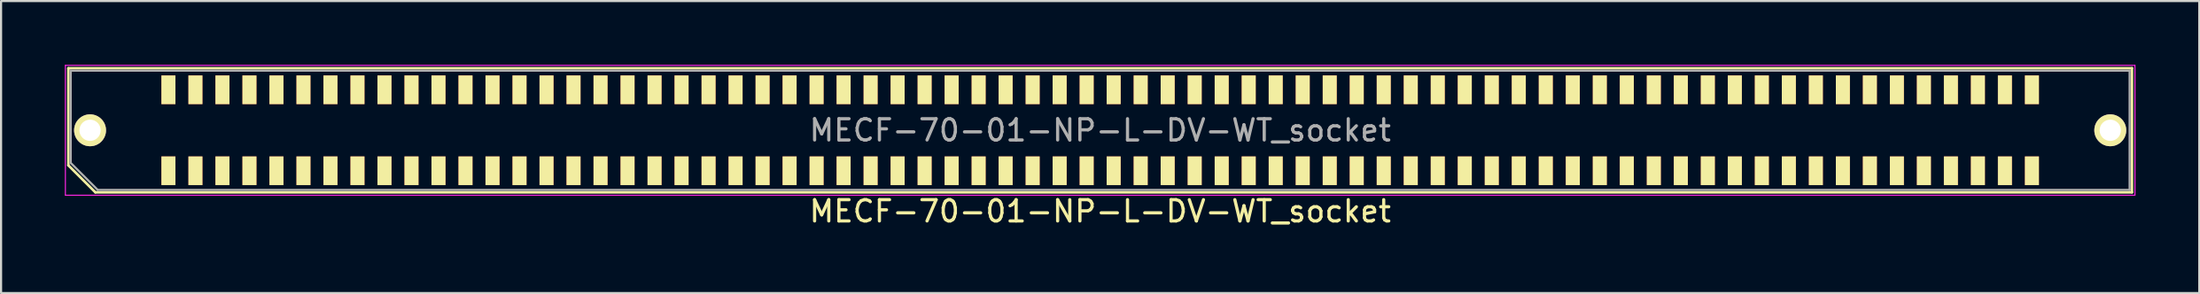
<source format=kicad_pcb>
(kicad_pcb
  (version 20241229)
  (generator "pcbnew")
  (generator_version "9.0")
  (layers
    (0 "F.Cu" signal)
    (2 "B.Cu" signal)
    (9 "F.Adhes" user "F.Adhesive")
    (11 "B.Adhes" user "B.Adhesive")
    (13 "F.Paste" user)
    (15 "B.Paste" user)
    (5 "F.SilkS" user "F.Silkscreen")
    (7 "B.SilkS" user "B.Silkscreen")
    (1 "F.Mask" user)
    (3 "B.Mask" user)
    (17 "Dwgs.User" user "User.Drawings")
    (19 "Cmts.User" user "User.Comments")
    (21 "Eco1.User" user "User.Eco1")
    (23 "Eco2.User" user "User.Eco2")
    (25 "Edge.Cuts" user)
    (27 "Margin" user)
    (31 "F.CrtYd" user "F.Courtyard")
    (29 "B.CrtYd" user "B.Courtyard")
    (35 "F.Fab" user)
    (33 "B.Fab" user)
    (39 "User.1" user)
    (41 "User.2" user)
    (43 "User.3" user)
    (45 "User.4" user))
  (footprint "MECF-70-01-NP-L-DV-WT_socket"
    (layer "F.Cu")
    (at 48.685 3.08)
    (property "Reference" "MECF-70-01-NP-L-DV-WT_socket" (at 0 3.81 0) (layer "F.SilkS") (effects (font (size 1 1) (thickness 0.15))))
    (attr through_hole)
    (fp_line (start -48.52 -2.92) (end 48.52 -2.92) (stroke (width 0.12) (type solid)) (layer "F.SilkS"))
    (fp_line (start -48.52 1.65) (end -48.52 -2.92) (stroke (width 0.12) (type solid)) (layer "F.SilkS"))
    (fp_line (start -47.25 2.92) (end -48.52 1.65) (stroke (width 0.12) (type solid)) (layer "F.SilkS"))
    (fp_line (start -47.25 2.92) (end 48.52 2.92) (stroke (width 0.12) (type solid)) (layer "F.SilkS"))
    (fp_line (start 48.52 2.92) (end 48.52 -2.92) (stroke (width 0.12) (type solid)) (layer "F.SilkS"))
    (fp_line (start -48.66 -3.055) (end -48.66 3.055) (stroke (width 0.05) (type solid)) (layer "F.CrtYd"))
    (fp_line (start -48.66 3.055) (end 48.66 3.055) (stroke (width 0.05) (type solid)) (layer "F.CrtYd"))
    (fp_line (start 48.66 -3.055) (end -48.66 -3.055) (stroke (width 0.05) (type solid)) (layer "F.CrtYd"))
    (fp_line (start 48.66 3.055) (end 48.66 -3.055) (stroke (width 0.05) (type solid)) (layer "F.CrtYd"))
    (fp_line (start -48.41 -2.805) (end 48.41 -2.805) (stroke (width 0.1) (type solid)) (layer "F.Fab"))
    (fp_line (start -48.41 1.535) (end -48.41 -2.805) (stroke (width 0.1) (type solid)) (layer "F.Fab"))
    (fp_line (start -48.41 1.535) (end -47.14 2.805) (stroke (width 0.1) (type solid)) (layer "F.Fab"))
    (fp_line (start -47.14 2.805) (end 48.41 2.805) (stroke (width 0.1) (type solid)) (layer "F.Fab"))
    (fp_line (start 48.41 2.805) (end 48.41 -2.805) (stroke (width 0.1) (type solid)) (layer "F.Fab"))
    (fp_text user "${REFERENCE}" (at 0 0 0) (layer "F.Fab") (effects (font (size 1 1) (thickness 0.15))))
    (pad "" np_thru_hole circle (at -45.595 0) (size 0.001 0.001) (drill 1.45) (layers "*.Cu" "*.Mask" "F.SilkS"))
    (pad "" np_thru_hole circle (at 45.595 1) (size 0.001 0.001) (drill 1.45) (layers "*.Cu" "*.Mask" "F.SilkS"))
    (pad "1" smd rect (at -43.815 1.905) (size 0.66 1.35) (layers "F.Cu" "F.Mask" "F.SilkS"))
    (pad "2" smd rect (at -43.815 -1.905) (size 0.66 1.35) (layers "F.Cu" "F.Mask" "F.SilkS"))
    (pad "3" smd rect (at -42.545 1.905) (size 0.66 1.35) (layers "F.Cu" "F.Mask" "F.SilkS"))
    (pad "4" smd rect (at -42.545 -1.905) (size 0.66 1.35) (layers "F.Cu" "F.Mask" "F.SilkS"))
    (pad "5" smd rect (at -41.275 1.905) (size 0.66 1.35) (layers "F.Cu" "F.Mask" "F.SilkS"))
    (pad "6" smd rect (at -41.275 -1.905) (size 0.66 1.35) (layers "F.Cu" "F.Mask" "F.SilkS"))
    (pad "7" smd rect (at -40.005 1.905) (size 0.66 1.35) (layers "F.Cu" "F.Mask" "F.SilkS"))
    (pad "8" smd rect (at -40.005 -1.905) (size 0.66 1.35) (layers "F.Cu" "F.Mask" "F.SilkS"))
    (pad "9" smd rect (at -38.735 1.905) (size 0.66 1.35) (layers "F.Cu" "F.Mask" "F.SilkS"))
    (pad "10" smd rect (at -38.735 -1.905) (size 0.66 1.35) (layers "F.Cu" "F.Mask" "F.SilkS"))
    (pad "11" smd rect (at -37.465 1.905) (size 0.66 1.35) (layers "F.Cu" "F.Mask" "F.SilkS"))
    (pad "12" smd rect (at -37.465 -1.905) (size 0.66 1.35) (layers "F.Cu" "F.Mask" "F.SilkS"))
    (pad "13" smd rect (at -36.195 1.905) (size 0.66 1.35) (layers "F.Cu" "F.Mask" "F.SilkS"))
    (pad "14" smd rect (at -36.195 -1.905) (size 0.66 1.35) (layers "F.Cu" "F.Mask" "F.SilkS"))
    (pad "15" smd rect (at -34.925 1.905) (size 0.66 1.35) (layers "F.Cu" "F.Mask" "F.SilkS"))
    (pad "16" smd rect (at -34.925 -1.905) (size 0.66 1.35) (layers "F.Cu" "F.Mask" "F.SilkS"))
    (pad "17" smd rect (at -33.655 1.905) (size 0.66 1.35) (layers "F.Cu" "F.Mask" "F.SilkS"))
    (pad "18" smd rect (at -33.655 -1.905) (size 0.66 1.35) (layers "F.Cu" "F.Mask" "F.SilkS"))
    (pad "19" smd rect (at -32.385 1.905) (size 0.66 1.35) (layers "F.Cu" "F.Mask" "F.SilkS"))
    (pad "20" smd rect (at -32.385 -1.905) (size 0.66 1.35) (layers "F.Cu" "F.Mask" "F.SilkS"))
    (pad "21" smd rect (at -31.115 1.905) (size 0.66 1.35) (layers "F.Cu" "F.Mask" "F.SilkS"))
    (pad "22" smd rect (at -31.115 -1.905) (size 0.66 1.35) (layers "F.Cu" "F.Mask" "F.SilkS"))
    (pad "23" smd rect (at -29.845 1.905) (size 0.66 1.35) (layers "F.Cu" "F.Mask" "F.SilkS"))
    (pad "24" smd rect (at -29.845 -1.905) (size 0.66 1.35) (layers "F.Cu" "F.Mask" "F.SilkS"))
    (pad "25" smd rect (at -28.575 1.905) (size 0.66 1.35) (layers "F.Cu" "F.Mask" "F.SilkS"))
    (pad "26" smd rect (at -28.575 -1.905) (size 0.66 1.35) (layers "F.Cu" "F.Mask" "F.SilkS"))
    (pad "27" smd rect (at -27.305 1.905) (size 0.66 1.35) (layers "F.Cu" "F.Mask" "F.SilkS"))
    (pad "28" smd rect (at -27.305 -1.905) (size 0.66 1.35) (layers "F.Cu" "F.Mask" "F.SilkS"))
    (pad "29" smd rect (at -26.035 1.905) (size 0.66 1.35) (layers "F.Cu" "F.Mask" "F.SilkS"))
    (pad "30" smd rect (at -26.035 -1.905) (size 0.66 1.35) (layers "F.Cu" "F.Mask" "F.SilkS"))
    (pad "31" smd rect (at -24.765 1.905) (size 0.66 1.35) (layers "F.Cu" "F.Mask" "F.SilkS"))
    (pad "32" smd rect (at -24.765 -1.905) (size 0.66 1.35) (layers "F.Cu" "F.Mask" "F.SilkS"))
    (pad "33" smd rect (at -23.495 1.905) (size 0.66 1.35) (layers "F.Cu" "F.Mask" "F.SilkS"))
    (pad "34" smd rect (at -23.495 -1.905) (size 0.66 1.35) (layers "F.Cu" "F.Mask" "F.SilkS"))
    (pad "35" smd rect (at -22.225 1.905) (size 0.66 1.35) (layers "F.Cu" "F.Mask" "F.SilkS"))
    (pad "36" smd rect (at -22.225 -1.905) (size 0.66 1.35) (layers "F.Cu" "F.Mask" "F.SilkS"))
    (pad "37" smd rect (at -20.955 1.905) (size 0.66 1.35) (layers "F.Cu" "F.Mask" "F.SilkS"))
    (pad "38" smd rect (at -20.955 -1.905) (size 0.66 1.35) (layers "F.Cu" "F.Mask" "F.SilkS"))
    (pad "39" smd rect (at -19.685 1.905) (size 0.66 1.35) (layers "F.Cu" "F.Mask" "F.SilkS"))
    (pad "40" smd rect (at -19.685 -1.905) (size 0.66 1.35) (layers "F.Cu" "F.Mask" "F.SilkS"))
    (pad "41" smd rect (at -18.415 1.905) (size 0.66 1.35) (layers "F.Cu" "F.Mask" "F.SilkS"))
    (pad "42" smd rect (at -18.415 -1.905) (size 0.66 1.35) (layers "F.Cu" "F.Mask" "F.SilkS"))
    (pad "43" smd rect (at -17.145 1.905) (size 0.66 1.35) (layers "F.Cu" "F.Mask" "F.SilkS"))
    (pad "44" smd rect (at -17.145 -1.905) (size 0.66 1.35) (layers "F.Cu" "F.Mask" "F.SilkS"))
    (pad "45" smd rect (at -15.875 1.905) (size 0.66 1.35) (layers "F.Cu" "F.Mask" "F.SilkS"))
    (pad "46" smd rect (at -15.875 -1.905) (size 0.66 1.35) (layers "F.Cu" "F.Mask" "F.SilkS"))
    (pad "47" smd rect (at -14.605 1.905) (size 0.66 1.35) (layers "F.Cu" "F.Mask" "F.SilkS"))
    (pad "48" smd rect (at -14.605 -1.905) (size 0.66 1.35) (layers "F.Cu" "F.Mask" "F.SilkS"))
    (pad "49" smd rect (at -13.335 1.905) (size 0.66 1.35) (layers "F.Cu" "F.Mask" "F.SilkS"))
    (pad "50" smd rect (at -13.335 -1.905) (size 0.66 1.35) (layers "F.Cu" "F.Mask" "F.SilkS"))
    (pad "51" smd rect (at -12.065 1.905) (size 0.66 1.35) (layers "F.Cu" "F.Mask" "F.SilkS"))
    (pad "52" smd rect (at -12.065 -1.905) (size 0.66 1.35) (layers "F.Cu" "F.Mask" "F.SilkS"))
    (pad "53" smd rect (at -10.795 1.905) (size 0.66 1.35) (layers "F.Cu" "F.Mask" "F.SilkS"))
    (pad "54" smd rect (at -10.795 -1.905) (size 0.66 1.35) (layers "F.Cu" "F.Mask" "F.SilkS"))
    (pad "55" smd rect (at -9.525 1.905) (size 0.66 1.35) (layers "F.Cu" "F.Mask" "F.SilkS"))
    (pad "56" smd rect (at -9.525 -1.905) (size 0.66 1.35) (layers "F.Cu" "F.Mask" "F.SilkS"))
    (pad "57" smd rect (at -8.255 1.905) (size 0.66 1.35) (layers "F.Cu" "F.Mask" "F.SilkS"))
    (pad "58" smd rect (at -8.255 -1.905) (size 0.66 1.35) (layers "F.Cu" "F.Mask" "F.SilkS"))
    (pad "59" smd rect (at -6.985 1.905) (size 0.66 1.35) (layers "F.Cu" "F.Mask" "F.SilkS"))
    (pad "60" smd rect (at -6.985 -1.905) (size 0.66 1.35) (layers "F.Cu" "F.Mask" "F.SilkS"))
    (pad "61" smd rect (at -5.715 1.905) (size 0.66 1.35) (layers "F.Cu" "F.Mask" "F.SilkS"))
    (pad "62" smd rect (at -5.715 -1.905) (size 0.66 1.35) (layers "F.Cu" "F.Mask" "F.SilkS"))
    (pad "63" smd rect (at -4.445 1.905) (size 0.66 1.35) (layers "F.Cu" "F.Mask" "F.SilkS"))
    (pad "64" smd rect (at -4.445 -1.905) (size 0.66 1.35) (layers "F.Cu" "F.Mask" "F.SilkS"))
    (pad "65" smd rect (at -3.175 1.905) (size 0.66 1.35) (layers "F.Cu" "F.Mask" "F.SilkS"))
    (pad "66" smd rect (at -3.175 -1.905) (size 0.66 1.35) (layers "F.Cu" "F.Mask" "F.SilkS"))
    (pad "67" smd rect (at -1.905 1.905) (size 0.66 1.35) (layers "F.Cu" "F.Mask" "F.SilkS"))
    (pad "68" smd rect (at -1.905 -1.905) (size 0.66 1.35) (layers "F.Cu" "F.Mask" "F.SilkS"))
    (pad "69" smd rect (at -0.635 1.905) (size 0.66 1.35) (layers "F.Cu" "F.Mask" "F.SilkS"))
    (pad "70" smd rect (at -0.635 -1.905) (size 0.66 1.35) (layers "F.Cu" "F.Mask" "F.SilkS"))
    (pad "71" smd rect (at 0.635 1.905) (size 0.66 1.35) (layers "F.Cu" "F.Mask" "F.SilkS"))
    (pad "72" smd rect (at 0.635 -1.905) (size 0.66 1.35) (layers "F.Cu" "F.Mask" "F.SilkS"))
    (pad "73" smd rect (at 1.905 1.905) (size 0.66 1.35) (layers "F.Cu" "F.Mask" "F.SilkS"))
    (pad "74" smd rect (at 1.905 -1.905) (size 0.66 1.35) (layers "F.Cu" "F.Mask" "F.SilkS"))
    (pad "75" smd rect (at 3.175 1.905) (size 0.66 1.35) (layers "F.Cu" "F.Mask" "F.SilkS"))
    (pad "76" smd rect (at 3.175 -1.905) (size 0.66 1.35) (layers "F.Cu" "F.Mask" "F.SilkS"))
    (pad "77" smd rect (at 4.445 1.905) (size 0.66 1.35) (layers "F.Cu" "F.Mask" "F.SilkS"))
    (pad "78" smd rect (at 4.445 -1.905) (size 0.66 1.35) (layers "F.Cu" "F.Mask" "F.SilkS"))
    (pad "79" smd rect (at 5.715 1.905) (size 0.66 1.35) (layers "F.Cu" "F.Mask" "F.SilkS"))
    (pad "80" smd rect (at 5.715 -1.905) (size 0.66 1.35) (layers "F.Cu" "F.Mask" "F.SilkS"))
    (pad "81" smd rect (at 6.985 1.905) (size 0.66 1.35) (layers "F.Cu" "F.Mask" "F.SilkS"))
    (pad "82" smd rect (at 6.985 -1.905) (size 0.66 1.35) (layers "F.Cu" "F.Mask" "F.SilkS"))
    (pad "83" smd rect (at 8.255 1.905) (size 0.66 1.35) (layers "F.Cu" "F.Mask" "F.SilkS"))
    (pad "84" smd rect (at 8.255 -1.905) (size 0.66 1.35) (layers "F.Cu" "F.Mask" "F.SilkS"))
    (pad "85" smd rect (at 9.525 1.905) (size 0.66 1.35) (layers "F.Cu" "F.Mask" "F.SilkS"))
    (pad "86" smd rect (at 9.525 -1.905) (size 0.66 1.35) (layers "F.Cu" "F.Mask" "F.SilkS"))
    (pad "87" smd rect (at 10.795 1.905) (size 0.66 1.35) (layers "F.Cu" "F.Mask" "F.SilkS"))
    (pad "88" smd rect (at 10.795 -1.905) (size 0.66 1.35) (layers "F.Cu" "F.Mask" "F.SilkS"))
    (pad "89" smd rect (at 12.065 1.905) (size 0.66 1.35) (layers "F.Cu" "F.Mask" "F.SilkS"))
    (pad "90" smd rect (at 12.065 -1.905) (size 0.66 1.35) (layers "F.Cu" "F.Mask" "F.SilkS"))
    (pad "91" smd rect (at 13.335 1.905) (size 0.66 1.35) (layers "F.Cu" "F.Mask" "F.SilkS"))
    (pad "92" smd rect (at 13.335 -1.905) (size 0.66 1.35) (layers "F.Cu" "F.Mask" "F.SilkS"))
    (pad "93" smd rect (at 14.605 1.905) (size 0.66 1.35) (layers "F.Cu" "F.Mask" "F.SilkS"))
    (pad "94" smd rect (at 14.605 -1.905) (size 0.66 1.35) (layers "F.Cu" "F.Mask" "F.SilkS"))
    (pad "95" smd rect (at 15.875 1.905) (size 0.66 1.35) (layers "F.Cu" "F.Mask" "F.SilkS"))
    (pad "96" smd rect (at 15.875 -1.905) (size 0.66 1.35) (layers "F.Cu" "F.Mask" "F.SilkS"))
    (pad "97" smd rect (at 17.145 1.905) (size 0.66 1.35) (layers "F.Cu" "F.Mask" "F.SilkS"))
    (pad "98" smd rect (at 17.145 -1.905) (size 0.66 1.35) (layers "F.Cu" "F.Mask" "F.SilkS"))
    (pad "99" smd rect (at 18.415 1.905) (size 0.66 1.35) (layers "F.Cu" "F.Mask" "F.SilkS"))
    (pad "100" smd rect (at 18.415 -1.905) (size 0.66 1.35) (layers "F.Cu" "F.Mask" "F.SilkS"))
    (pad "101" smd rect (at 19.685 1.905) (size 0.66 1.35) (layers "F.Cu" "F.Mask" "F.SilkS"))
    (pad "102" smd rect (at 19.685 -1.905) (size 0.66 1.35) (layers "F.Cu" "F.Mask" "F.SilkS"))
    (pad "103" smd rect (at 20.955 1.905) (size 0.66 1.35) (layers "F.Cu" "F.Mask" "F.SilkS"))
    (pad "104" smd rect (at 20.955 -1.905) (size 0.66 1.35) (layers "F.Cu" "F.Mask" "F.SilkS"))
    (pad "105" smd rect (at 22.225 1.905) (size 0.66 1.35) (layers "F.Cu" "F.Mask" "F.SilkS"))
    (pad "106" smd rect (at 22.225 -1.905) (size 0.66 1.35) (layers "F.Cu" "F.Mask" "F.SilkS"))
    (pad "107" smd rect (at 23.495 1.905) (size 0.66 1.35) (layers "F.Cu" "F.Mask" "F.SilkS"))
    (pad "108" smd rect (at 23.495 -1.905) (size 0.66 1.35) (layers "F.Cu" "F.Mask" "F.SilkS"))
    (pad "109" smd rect (at 24.765 1.905) (size 0.66 1.35) (layers "F.Cu" "F.Mask" "F.SilkS"))
    (pad "110" smd rect (at 24.765 -1.905) (size 0.66 1.35) (layers "F.Cu" "F.Mask" "F.SilkS"))
    (pad "111" smd rect (at 26.035 1.905) (size 0.66 1.35) (layers "F.Cu" "F.Mask" "F.SilkS"))
    (pad "112" smd rect (at 26.035 -1.905) (size 0.66 1.35) (layers "F.Cu" "F.Mask" "F.SilkS"))
    (pad "113" smd rect (at 27.305 1.905) (size 0.66 1.35) (layers "F.Cu" "F.Mask" "F.SilkS"))
    (pad "114" smd rect (at 27.305 -1.905) (size 0.66 1.35) (layers "F.Cu" "F.Mask" "F.SilkS"))
    (pad "115" smd rect (at 28.575 1.905) (size 0.66 1.35) (layers "F.Cu" "F.Mask" "F.SilkS"))
    (pad "116" smd rect (at 28.575 -1.905) (size 0.66 1.35) (layers "F.Cu" "F.Mask" "F.SilkS"))
    (pad "117" smd rect (at 29.845 1.905) (size 0.66 1.35) (layers "F.Cu" "F.Mask" "F.SilkS"))
    (pad "118" smd rect (at 29.845 -1.905) (size 0.66 1.35) (layers "F.Cu" "F.Mask" "F.SilkS"))
    (pad "119" smd rect (at 31.115 1.905) (size 0.66 1.35) (layers "F.Cu" "F.Mask" "F.SilkS"))
    (pad "120" smd rect (at 31.115 -1.905) (size 0.66 1.35) (layers "F.Cu" "F.Mask" "F.SilkS"))
    (pad "121" smd rect (at 32.385 1.905) (size 0.66 1.35) (layers "F.Cu" "F.Mask" "F.SilkS"))
    (pad "122" smd rect (at 32.385 -1.905) (size 0.66 1.35) (layers "F.Cu" "F.Mask" "F.SilkS"))
    (pad "123" smd rect (at 33.655 1.905) (size 0.66 1.35) (layers "F.Cu" "F.Mask" "F.SilkS"))
    (pad "124" smd rect (at 33.655 -1.905) (size 0.66 1.35) (layers "F.Cu" "F.Mask" "F.SilkS"))
    (pad "125" smd rect (at 34.925 1.905) (size 0.66 1.35) (layers "F.Cu" "F.Mask" "F.SilkS"))
    (pad "126" smd rect (at 34.925 -1.905) (size 0.66 1.35) (layers "F.Cu" "F.Mask" "F.SilkS"))
    (pad "127" smd rect (at 36.195 1.905) (size 0.66 1.35) (layers "F.Cu" "F.Mask" "F.SilkS"))
    (pad "128" smd rect (at 36.195 -1.905) (size 0.66 1.35) (layers "F.Cu" "F.Mask" "F.SilkS"))
    (pad "129" smd rect (at 37.465 1.905) (size 0.66 1.35) (layers "F.Cu" "F.Mask" "F.SilkS"))
    (pad "130" smd rect (at 37.465 -1.905) (size 0.66 1.35) (layers "F.Cu" "F.Mask" "F.SilkS"))
    (pad "131" smd rect (at 38.735 1.905) (size 0.66 1.35) (layers "F.Cu" "F.Mask" "F.SilkS"))
    (pad "132" smd rect (at 38.735 -1.905) (size 0.66 1.35) (layers "F.Cu" "F.Mask" "F.SilkS"))
    (pad "133" smd rect (at 40.005 1.905) (size 0.66 1.35) (layers "F.Cu" "F.Mask" "F.SilkS"))
    (pad "134" smd rect (at 40.005 -1.905) (size 0.66 1.35) (layers "F.Cu" "F.Mask" "F.SilkS"))
    (pad "135" smd rect (at 41.275 1.905) (size 0.66 1.35) (layers "F.Cu" "F.Mask" "F.SilkS"))
    (pad "136" smd rect (at 41.275 -1.905) (size 0.66 1.35) (layers "F.Cu" "F.Mask" "F.SilkS"))
    (pad "137" smd rect (at 42.545 1.905) (size 0.66 1.35) (layers "F.Cu" "F.Mask" "F.SilkS"))
    (pad "138" smd rect (at 42.545 -1.905) (size 0.66 1.35) (layers "F.Cu" "F.Mask" "F.SilkS"))
    (pad "139" smd rect (at 43.815 1.905) (size 0.66 1.35) (layers "F.Cu" "F.Mask" "F.SilkS"))
    (pad "140" smd rect (at 43.815 -1.905) (size 0.66 1.35) (layers "F.Cu" "F.Mask" "F.SilkS"))
    (pad "None" thru_hole circle (at -47.5 0) (size 1.5 1.5) (drill 1) (layers "*.Cu" "*.Mask" "F.SilkS"))
    (pad "None" thru_hole circle (at 47.5 0) (size 1.5 1.5) (drill 1) (layers "*.Cu" "*.Mask" "F.SilkS")))
  (gr_rect
    (start -3 -3)
    (end 100.37 10.738)
    (stroke (width 0.1) (type default))
    (fill no)
    (layer "Edge.Cuts")))
</source>
